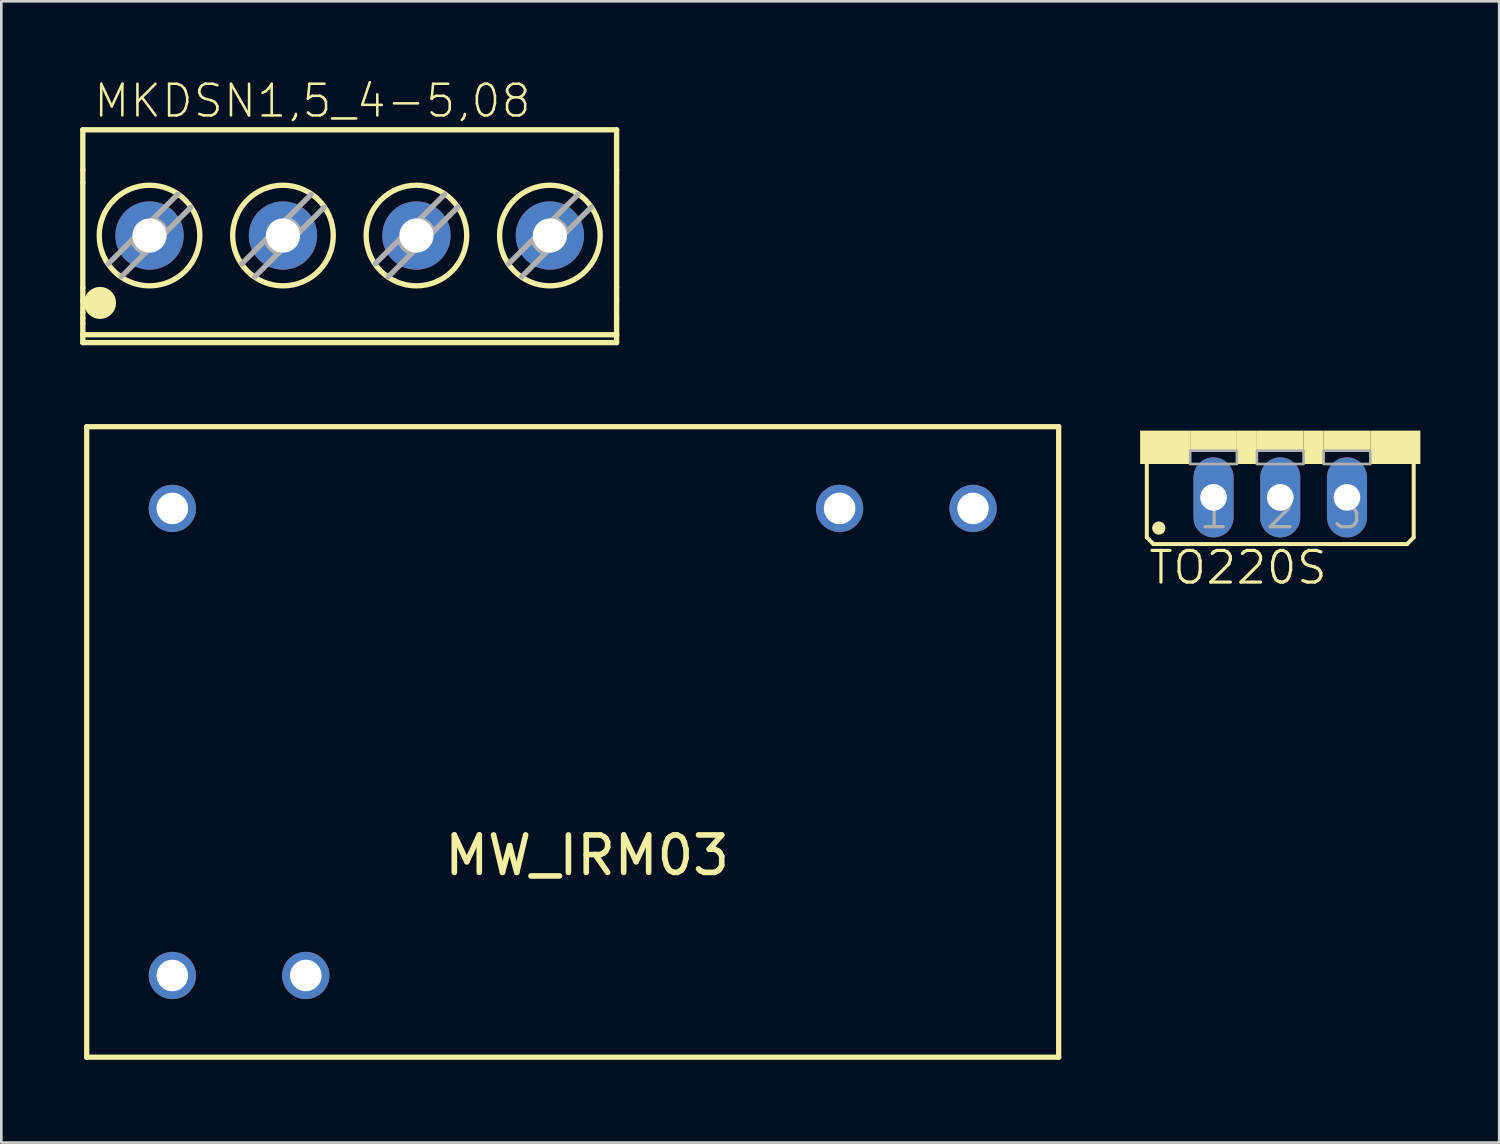
<source format=kicad_pcb>
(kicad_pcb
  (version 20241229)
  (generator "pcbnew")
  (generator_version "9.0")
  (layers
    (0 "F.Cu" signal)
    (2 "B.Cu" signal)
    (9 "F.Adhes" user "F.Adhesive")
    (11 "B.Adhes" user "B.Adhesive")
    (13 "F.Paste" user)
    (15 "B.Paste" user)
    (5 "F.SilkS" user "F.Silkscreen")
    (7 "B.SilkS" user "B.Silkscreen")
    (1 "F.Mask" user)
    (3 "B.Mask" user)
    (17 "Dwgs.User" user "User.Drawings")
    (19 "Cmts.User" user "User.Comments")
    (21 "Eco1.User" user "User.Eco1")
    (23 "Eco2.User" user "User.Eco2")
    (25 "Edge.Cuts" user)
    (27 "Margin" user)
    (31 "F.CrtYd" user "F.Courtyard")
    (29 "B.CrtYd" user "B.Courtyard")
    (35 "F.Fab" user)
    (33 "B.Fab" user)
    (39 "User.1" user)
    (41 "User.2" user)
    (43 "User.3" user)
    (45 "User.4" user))
  (footprint "TO220S"
    (layer "F.Cu")
    (at 45.684 13.343)
    (property "Reference" "TO220S" (at -5.08 5.918 0) (layer "F.SilkS") (effects (font (size 1.206 1.206) (thickness 0.121)) (justify left bottom)))
    (attr through_hole)
    (fp_line (start -5.08 4.064) (end -5.08 1.143) (stroke (width 0.152) (type solid)) (layer "F.SilkS"))
    (fp_line (start -5.08 4.064) (end -4.826 4.318) (stroke (width 0.152) (type solid)) (layer "F.SilkS"))
    (fp_line (start 4.826 4.318) (end -4.826 4.318) (stroke (width 0.152) (type solid)) (layer "F.SilkS"))
    (fp_line (start 4.826 4.318) (end 5.08 4.064) (stroke (width 0.152) (type solid)) (layer "F.SilkS"))
    (fp_line (start 5.08 1.143) (end 5.08 4.064) (stroke (width 0.152) (type solid)) (layer "F.SilkS"))
    (fp_circle (center -4.623 3.708) (end -4.496 3.708) (stroke (width 0.254) (type solid)) (fill no) (layer "F.SilkS"))
    (fp_poly (pts (xy -5.334 1.27) (xy -3.429 1.27) (xy -3.429 0) (xy -5.334 0)) (stroke (width 0) (type solid)) (fill yes) (layer "F.SilkS"))
    (fp_poly (pts (xy -3.429 0.762) (xy -1.651 0.762) (xy -1.651 0) (xy -3.429 0)) (stroke (width 0) (type solid)) (fill yes) (layer "F.SilkS"))
    (fp_poly (pts (xy -1.651 1.27) (xy -0.889 1.27) (xy -0.889 0) (xy -1.651 0)) (stroke (width 0) (type solid)) (fill yes) (layer "F.SilkS"))
    (fp_poly (pts (xy -0.889 0.762) (xy 0.889 0.762) (xy 0.889 0) (xy -0.889 0)) (stroke (width 0) (type solid)) (fill yes) (layer "F.SilkS"))
    (fp_poly (pts (xy 0.889 1.27) (xy 1.651 1.27) (xy 1.651 0) (xy 0.889 0)) (stroke (width 0) (type solid)) (fill yes) (layer "F.SilkS"))
    (fp_poly (pts (xy 1.651 0.762) (xy 3.429 0.762) (xy 3.429 0) (xy 1.651 0)) (stroke (width 0) (type solid)) (fill yes) (layer "F.SilkS"))
    (fp_poly (pts (xy 3.429 1.27) (xy 5.334 1.27) (xy 5.334 0) (xy 3.429 0)) (stroke (width 0) (type solid)) (fill yes) (layer "F.SilkS"))
    (fp_poly (pts (xy -3.429 1.27) (xy -1.651 1.27) (xy -1.651 0.762) (xy -3.429 0.762)) (stroke (width 0.1) (type solid)) (fill no) (layer "F.Fab"))
    (fp_poly (pts (xy -0.889 1.27) (xy 0.889 1.27) (xy 0.889 0.762) (xy -0.889 0.762)) (stroke (width 0.1) (type solid)) (fill no) (layer "F.Fab"))
    (fp_poly (pts (xy 1.651 1.27) (xy 3.429 1.27) (xy 3.429 0.762) (xy 1.651 0.762)) (stroke (width 0.1) (type solid)) (fill no) (layer "F.Fab"))
    (fp_text user "3" (at 1.905 3.81 0) (layer "F.Fab") (effects (font (size 1.206 1.206) (thickness 0.127)) (justify left bottom)))
    (fp_text user "2" (at -0.635 3.81 0) (layer "F.Fab") (effects (font (size 1.206 1.206) (thickness 0.127)) (justify left bottom)))
    (fp_text user "1" (at -3.175 3.81 0) (layer "F.Fab") (effects (font (size 1.206 1.206) (thickness 0.127)) (justify left bottom)))
    (pad "1" thru_hole oval (at -2.54 2.54 90) (size 3.048 1.524) (drill 1.016) (layers "*.Cu" "*.Mask"))
    (pad "2" thru_hole oval (at 0 2.54 90) (size 3.048 1.524) (drill 1.016) (layers "*.Cu" "*.Mask"))
    (pad "3" thru_hole oval (at 2.54 2.54 90) (size 3.048 1.524) (drill 1.016) (layers "*.Cu" "*.Mask")))
  (footprint "MKDSN1,5_4-5,08"
    (layer "F.Cu")
    (at 10.283 5.941)
    (property "Reference" "MKDSN1,5_4-5,08" (at -9.831 -4.445 0) (layer "F.SilkS") (effects (font (size 1.206 1.206) (thickness 0.097)) (justify left bottom)))
    (attr through_hole)
    (fp_line (start -10.181 -4.05) (end 10.139 -4.05) (stroke (width 0.203) (type solid)) (layer "F.SilkS"))
    (fp_line (start -10.181 -2.524) (end -10.181 -4.05) (stroke (width 0.203) (type solid)) (layer "F.SilkS"))
    (fp_line (start -10.181 -2.524) (end -10.181 -2.041) (stroke (width 0.203) (type solid)) (layer "F.SilkS"))
    (fp_line (start -10.181 1.956) (end -10.181 -2.041) (stroke (width 0.203) (type solid)) (layer "F.SilkS"))
    (fp_line (start -10.181 1.956) (end -10.181 2.448) (stroke (width 0.203) (type solid)) (layer "F.SilkS"))
    (fp_line (start -10.181 2.913) (end -10.181 2.448) (stroke (width 0.203) (type solid)) (layer "F.SilkS"))
    (fp_line (start -10.181 3.128) (end -10.181 2.913) (stroke (width 0.203) (type solid)) (layer "F.SilkS"))
    (fp_line (start -10.181 3.327) (end -10.181 3.128) (stroke (width 0.203) (type solid)) (layer "F.SilkS"))
    (fp_line (start -10.181 3.75) (end -10.181 3.327) (stroke (width 0.203) (type solid)) (layer "F.SilkS"))
    (fp_line (start -10.181 3.75) (end -10.181 4.05) (stroke (width 0.203) (type solid)) (layer "F.SilkS"))
    (fp_line (start -10.181 4.05) (end 10.139 4.05) (stroke (width 0.203) (type solid)) (layer "F.SilkS"))
    (fp_line (start 10.139 -2.524) (end 10.139 -4.05) (stroke (width 0.203) (type solid)) (layer "F.SilkS"))
    (fp_line (start 10.139 -2.524) (end 10.139 -2.041) (stroke (width 0.203) (type solid)) (layer "F.SilkS"))
    (fp_line (start 10.139 1.956) (end 10.139 -2.041) (stroke (width 0.203) (type solid)) (layer "F.SilkS"))
    (fp_line (start 10.139 1.956) (end 10.139 2.448) (stroke (width 0.203) (type solid)) (layer "F.SilkS"))
    (fp_line (start 10.139 3.128) (end 10.139 2.448) (stroke (width 0.203) (type solid)) (layer "F.SilkS"))
    (fp_line (start 10.139 3.75) (end -10.181 3.75) (stroke (width 0.203) (type solid)) (layer "F.SilkS"))
    (fp_line (start 10.139 3.75) (end 10.139 3.128) (stroke (width 0.203) (type solid)) (layer "F.SilkS"))
    (fp_line (start 10.139 3.75) (end 10.139 4.05) (stroke (width 0.203) (type solid)) (layer "F.SilkS"))
    (fp_circle (center -9.525 2.54) (end -9.22 2.54) (stroke (width 0.61) (type solid)) (fill no) (layer "F.SilkS"))
    (fp_circle (center -7.641 -0.025) (end -5.726 -0.025) (stroke (width 0.203) (type solid)) (fill no) (layer "F.SilkS"))
    (fp_circle (center -2.561 -0.025) (end -0.646 -0.025) (stroke (width 0.203) (type solid)) (fill no) (layer "F.SilkS"))
    (fp_circle (center 2.519 -0.025) (end 4.434 -0.025) (stroke (width 0.203) (type solid)) (fill no) (layer "F.SilkS"))
    (fp_circle (center 7.599 -0.025) (end 9.514 -0.025) (stroke (width 0.203) (type solid)) (fill no) (layer "F.SilkS"))
    (fp_line (start -9.209 1.048) (end -8.28 0.119) (stroke (width 0.203) (type solid)) (layer "F.Fab"))
    (fp_line (start -8.28 0.119) (end -7.641 -0.52) (stroke (width 0.203) (type solid)) (layer "F.Fab"))
    (fp_line (start -7.801 0.63) (end -8.714 1.543) (stroke (width 0.203) (type solid)) (layer "F.Fab"))
    (fp_line (start -7.641 -0.52) (end -7.522 -0.639) (stroke (width 0.203) (type solid)) (layer "F.Fab"))
    (fp_line (start -7.641 0.47) (end -7.801 0.63) (stroke (width 0.203) (type solid)) (layer "F.Fab"))
    (fp_line (start -7.522 -0.639) (end -6.568 -1.593) (stroke (width 0.203) (type solid)) (layer "F.Fab"))
    (fp_line (start -7.011 -0.16) (end -7.641 0.47) (stroke (width 0.203) (type solid)) (layer "F.Fab"))
    (fp_line (start -6.073 -1.098) (end -7.011 -0.16) (stroke (width 0.203) (type solid)) (layer "F.Fab"))
    (fp_line (start -4.129 1.048) (end -3.2 0.119) (stroke (width 0.203) (type solid)) (layer "F.Fab"))
    (fp_line (start -3.2 0.119) (end -2.561 -0.52) (stroke (width 0.203) (type solid)) (layer "F.Fab"))
    (fp_line (start -2.721 0.63) (end -3.634 1.543) (stroke (width 0.203) (type solid)) (layer "F.Fab"))
    (fp_line (start -2.561 -0.52) (end -2.442 -0.639) (stroke (width 0.203) (type solid)) (layer "F.Fab"))
    (fp_line (start -2.561 0.47) (end -2.721 0.63) (stroke (width 0.203) (type solid)) (layer "F.Fab"))
    (fp_line (start -2.442 -0.639) (end -1.488 -1.593) (stroke (width 0.203) (type solid)) (layer "F.Fab"))
    (fp_line (start -1.931 -0.16) (end -2.561 0.47) (stroke (width 0.203) (type solid)) (layer "F.Fab"))
    (fp_line (start -0.993 -1.098) (end -1.931 -0.16) (stroke (width 0.203) (type solid)) (layer "F.Fab"))
    (fp_line (start 0.951 1.048) (end 1.88 0.119) (stroke (width 0.203) (type solid)) (layer "F.Fab"))
    (fp_line (start 1.88 0.119) (end 2.519 -0.52) (stroke (width 0.203) (type solid)) (layer "F.Fab"))
    (fp_line (start 2.359 0.63) (end 1.446 1.543) (stroke (width 0.203) (type solid)) (layer "F.Fab"))
    (fp_line (start 2.519 -0.52) (end 2.638 -0.639) (stroke (width 0.203) (type solid)) (layer "F.Fab"))
    (fp_line (start 2.519 0.47) (end 2.359 0.63) (stroke (width 0.203) (type solid)) (layer "F.Fab"))
    (fp_line (start 2.638 -0.639) (end 3.592 -1.593) (stroke (width 0.203) (type solid)) (layer "F.Fab"))
    (fp_line (start 3.149 -0.16) (end 2.519 0.47) (stroke (width 0.203) (type solid)) (layer "F.Fab"))
    (fp_line (start 4.087 -1.098) (end 3.149 -0.16) (stroke (width 0.203) (type solid)) (layer "F.Fab"))
    (fp_line (start 6.031 1.048) (end 6.96 0.119) (stroke (width 0.203) (type solid)) (layer "F.Fab"))
    (fp_line (start 6.96 0.119) (end 7.599 -0.52) (stroke (width 0.203) (type solid)) (layer "F.Fab"))
    (fp_line (start 7.439 0.63) (end 6.526 1.543) (stroke (width 0.203) (type solid)) (layer "F.Fab"))
    (fp_line (start 7.599 -0.52) (end 7.718 -0.639) (stroke (width 0.203) (type solid)) (layer "F.Fab"))
    (fp_line (start 7.599 0.47) (end 7.439 0.63) (stroke (width 0.203) (type solid)) (layer "F.Fab"))
    (fp_line (start 7.718 -0.639) (end 8.672 -1.593) (stroke (width 0.203) (type solid)) (layer "F.Fab"))
    (fp_line (start 8.229 -0.16) (end 7.599 0.47) (stroke (width 0.203) (type solid)) (layer "F.Fab"))
    (fp_line (start 9.167 -1.098) (end 8.229 -0.16) (stroke (width 0.203) (type solid)) (layer "F.Fab"))
    (fp_arc (start -7.801099 0.63) (mid -8.115315 0.444537) (end -8.2801 0.119) (stroke (width 0.2032) (type solid)) (layer "F.Fab"))
    (fp_arc (start -7.5221 -0.639) (mid -7.196563 -0.474216) (end -7.0111 -0.16) (stroke (width 0.2032) (type solid)) (layer "F.Fab"))
    (fp_arc (start -2.721099 0.63) (mid -3.035315 0.444537) (end -3.2001 0.119) (stroke (width 0.2032) (type solid)) (layer "F.Fab"))
    (fp_arc (start -2.4421 -0.639) (mid -2.116563 -0.474216) (end -1.9311 -0.16) (stroke (width 0.2032) (type solid)) (layer "F.Fab"))
    (fp_arc (start 2.3589 0.629999) (mid 2.044684 0.444536) (end 1.8799 0.119) (stroke (width 0.2032) (type solid)) (layer "F.Fab"))
    (fp_arc (start 2.6379 -0.639001) (mid 2.963437 -0.474216) (end 3.1489 -0.16) (stroke (width 0.2032) (type solid)) (layer "F.Fab"))
    (fp_arc (start 7.4389 0.629999) (mid 7.124684 0.444536) (end 6.9599 0.119) (stroke (width 0.2032) (type solid)) (layer "F.Fab"))
    (fp_arc (start 7.7179 -0.639001) (mid 8.043437 -0.474216) (end 8.2289 -0.16) (stroke (width 0.2032) (type solid)) (layer "F.Fab"))
    (pad "1" thru_hole circle (at -7.641 -0.025) (size 2.6 2.6) (drill 1.3) (layers "*.Cu" "*.Mask"))
    (pad "2" thru_hole circle (at -2.561 -0.025) (size 2.6 2.6) (drill 1.3) (layers "*.Cu" "*.Mask"))
    (pad "3" thru_hole circle (at 2.519 -0.025) (size 2.6 2.6) (drill 1.3) (layers "*.Cu" "*.Mask"))
    (pad "4" thru_hole circle (at 7.599 -0.025) (size 2.6 2.6) (drill 1.3) (layers "*.Cu" "*.Mask")))
  (footprint "MW_IRM03"
    (layer "F.Cu")
    (at 0.25 37.193)
    (property "Reference" "MW_IRM03" (at 19.05 -6.85 0) (layer "F.SilkS") (effects (font (size 1.425 1.425) (thickness 0.214)) (justify bottom)))
    (attr through_hole)
    (fp_line (start 0 -24) (end 37 -24) (stroke (width 0.2) (type solid)) (layer "F.SilkS"))
    (fp_line (start 0 0) (end 0 -24) (stroke (width 0.2) (type solid)) (layer "F.SilkS"))
    (fp_line (start 0 0) (end 37 0) (stroke (width 0.2) (type solid)) (layer "F.SilkS"))
    (fp_line (start 37 0) (end 37 -24) (stroke (width 0.2) (type solid)) (layer "F.SilkS"))
    (pad "AC1" thru_hole circle (at 28.66 -20.89) (size 1.8 1.8) (drill 1.2) (layers "*.Cu" "*.Mask"))
    (pad "AC2" thru_hole circle (at 33.74 -20.89) (size 1.8 1.8) (drill 1.2) (layers "*.Cu" "*.Mask"))
    (pad "NC" thru_hole circle (at 3.26 -20.89) (size 1.8 1.8) (drill 1.2) (layers "*.Cu" "*.Mask"))
    (pad "V+" thru_hole circle (at 8.34 -3.11) (size 1.8 1.8) (drill 1.2) (layers "*.Cu" "*.Mask"))
    (pad "V-" thru_hole circle (at 3.26 -3.11) (size 1.8 1.8) (drill 1.2) (layers "*.Cu" "*.Mask")))
  (gr_rect
    (start -3 -3)
    (end 54.018 40.443)
    (stroke (width 0.1) (type default))
    (fill no)
    (layer "Edge.Cuts")))
</source>
